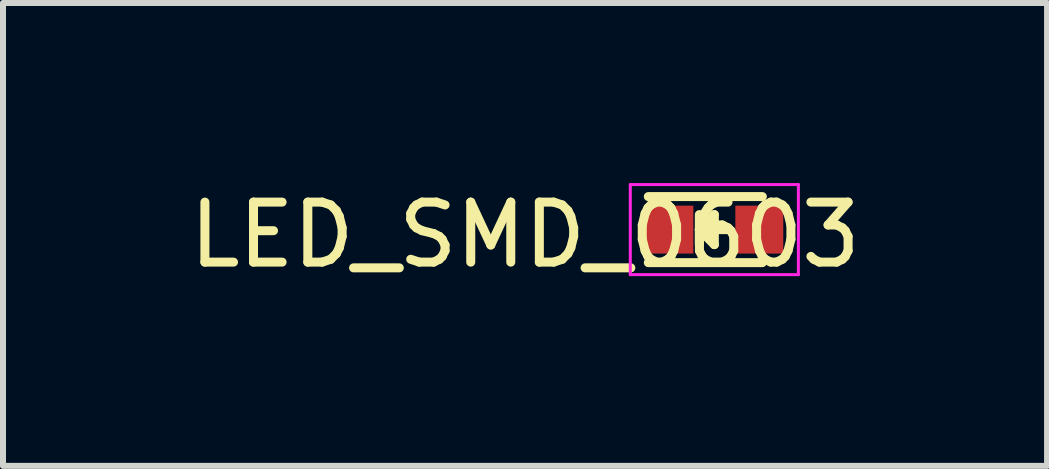
<source format=kicad_pcb>
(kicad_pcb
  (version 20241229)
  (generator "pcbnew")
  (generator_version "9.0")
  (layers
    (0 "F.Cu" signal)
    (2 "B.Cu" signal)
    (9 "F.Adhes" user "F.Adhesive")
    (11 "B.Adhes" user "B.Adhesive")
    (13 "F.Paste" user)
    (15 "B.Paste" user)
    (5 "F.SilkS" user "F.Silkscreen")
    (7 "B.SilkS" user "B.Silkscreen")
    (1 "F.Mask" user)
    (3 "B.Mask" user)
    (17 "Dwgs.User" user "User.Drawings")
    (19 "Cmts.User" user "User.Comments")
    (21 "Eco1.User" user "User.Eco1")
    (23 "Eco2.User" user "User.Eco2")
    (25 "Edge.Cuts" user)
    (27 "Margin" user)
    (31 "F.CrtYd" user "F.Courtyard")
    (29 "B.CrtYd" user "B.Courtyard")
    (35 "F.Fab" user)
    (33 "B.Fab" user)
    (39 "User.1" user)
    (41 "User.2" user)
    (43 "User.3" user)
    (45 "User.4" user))
  (footprint "LED_SMD_0603"
    (layer "F.Cu")
    (at 8.85 0.775)
    (property "Reference" "LED_SMD_0603" (at -3.153 0.087 0) (layer "F.SilkS") (effects (font (size 1 1) (thickness 0.15))))
    (attr smd)
    (fp_line (start -1.1 -0.55) (end 0.8 -0.55) (stroke (width 0.15) (type solid)) (layer "F.SilkS"))
    (fp_line (start -1.1 0.55) (end 0.8 0.55) (stroke (width 0.15) (type solid)) (layer "F.SilkS"))
    (fp_line (start -0.25 -0.25) (end -0.25 0.25) (stroke (width 0.15) (type solid)) (layer "F.SilkS"))
    (fp_line (start -0.25 0) (end 0 -0.25) (stroke (width 0.15) (type solid)) (layer "F.SilkS"))
    (fp_line (start -0.2 0) (end 0.25 0) (stroke (width 0.15) (type solid)) (layer "F.SilkS"))
    (fp_line (start 0 -0.25) (end 0 0.25) (stroke (width 0.15) (type solid)) (layer "F.SilkS"))
    (fp_line (start 0 0.25) (end -0.25 0) (stroke (width 0.15) (type solid)) (layer "F.SilkS"))
    (fp_line (start -1.4 -0.75) (end 1.4 -0.75) (stroke (width 0.05) (type solid)) (layer "F.CrtYd"))
    (fp_line (start -1.4 0.75) (end -1.4 -0.75) (stroke (width 0.05) (type solid)) (layer "F.CrtYd"))
    (fp_line (start 1.4 -0.75) (end 1.4 0.75) (stroke (width 0.05) (type solid)) (layer "F.CrtYd"))
    (fp_line (start 1.4 0.75) (end -1.4 0.75) (stroke (width 0.05) (type solid)) (layer "F.CrtYd"))
    (pad "1" smd rect (at -0.749 0 180) (size 0.798 0.798) (layers "F.Cu" "F.Mask" "F.Paste"))
    (pad "2" smd rect (at 0.749 0 180) (size 0.798 0.798) (layers "F.Cu" "F.Mask" "F.Paste")))
  (gr_rect
    (start -3 -3)
    (end 14.393 4.711)
    (stroke (width 0.1) (type default))
    (fill no)
    (layer "Edge.Cuts")))
</source>
